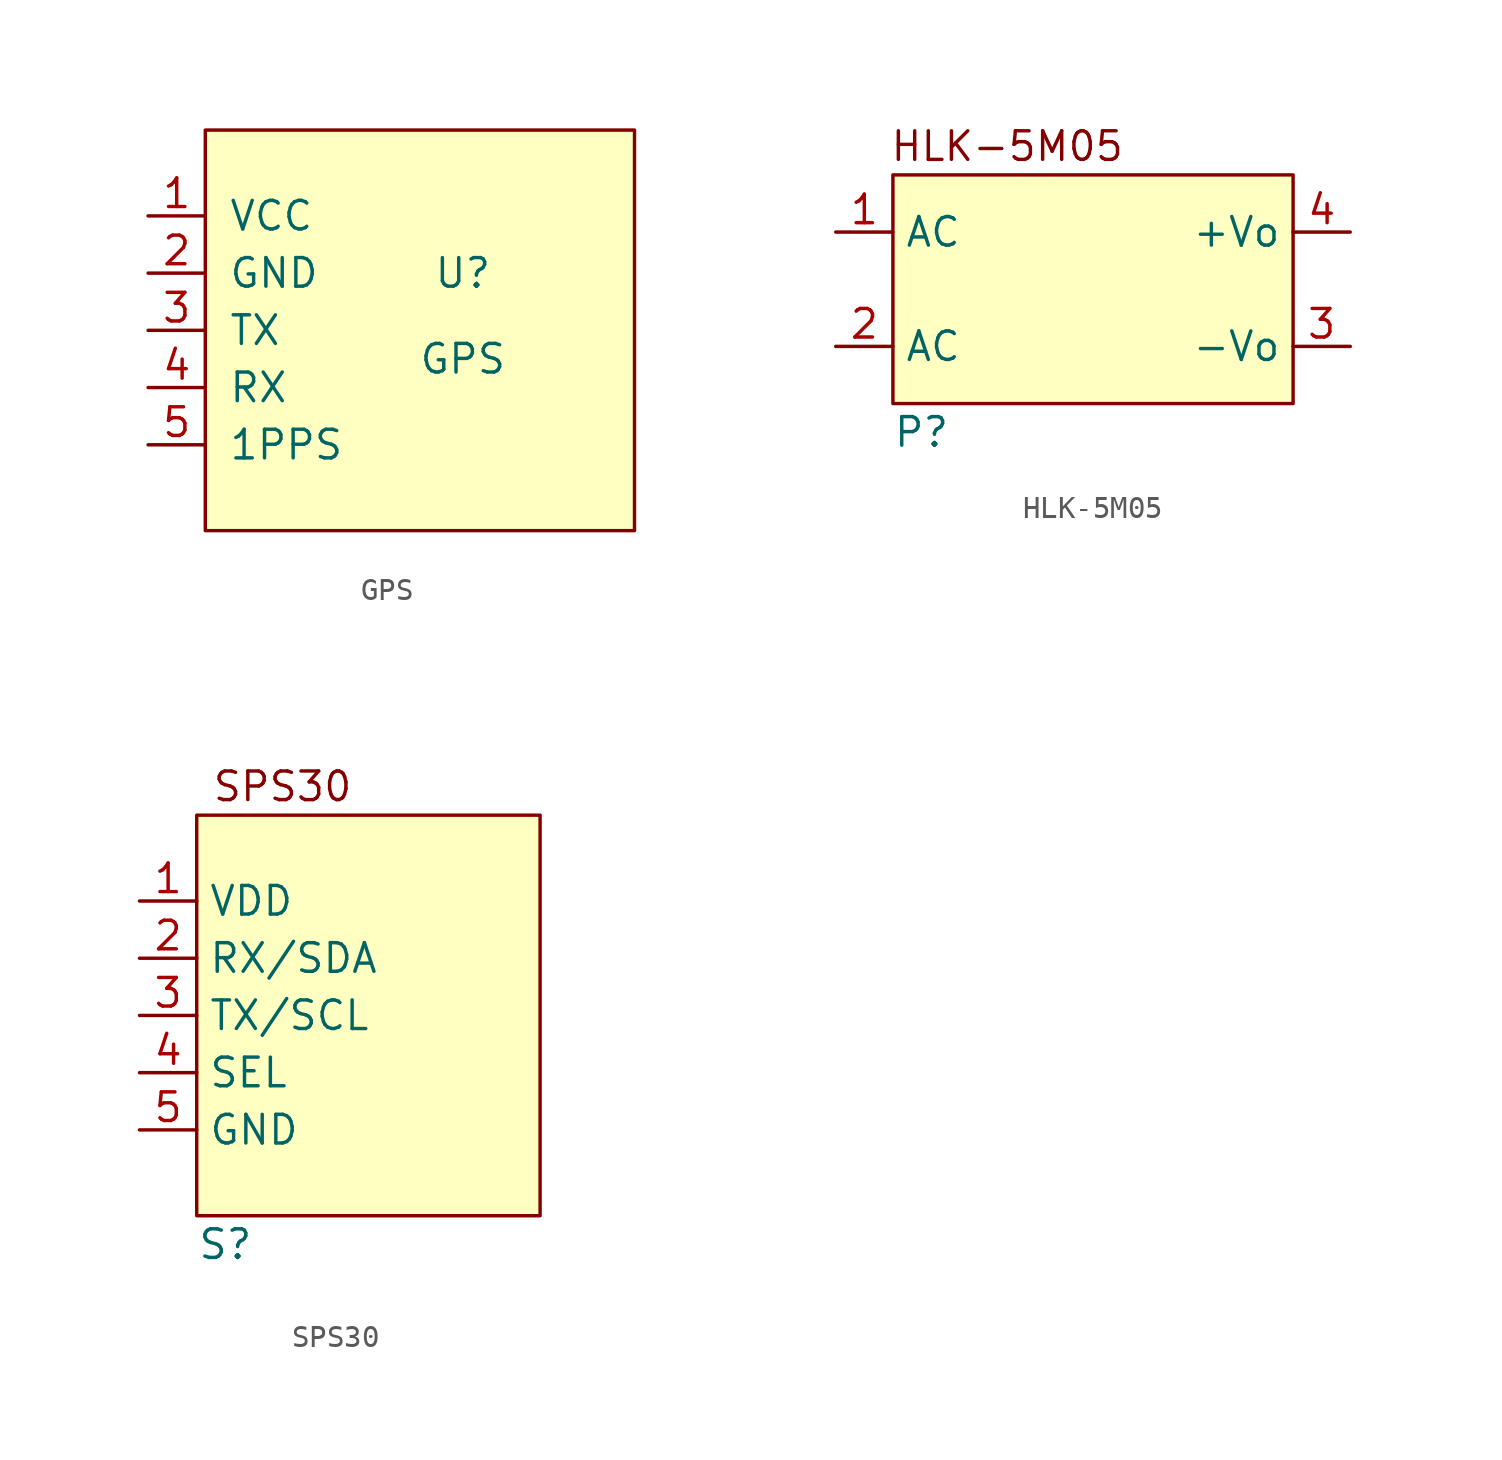
<source format=kicad_sym>
(kicad_symbol_lib
  (version 20220914)
  (generator kicad_symbol_editor)
  (symbol "GPS"
    (pin_names
      (offset 1.016))
    (property "Reference" "U"
      (at 0 2.54 0)
      (effects (font (size 1.27 1.27))))
    (property "Value" "GPS"
      (at 0 -1.27 0)
      (effects (font (size 1.27 1.27))))
    (symbol "GPS_0_1"
      (rectangle (start -11.43 8.89) (end 7.62 -8.89) (stroke (width 0) (type solid)) (fill (type background))))
    (symbol "GPS_1_1"
      (pin input line (at -13.97 5.08 0) (length 2.54) (name "VCC" (effects (font (size 1.27 1.27)))) (number "1" (effects (font (size 1.27 1.27)))))
      (pin input line (at -13.97 2.54 0) (length 2.54) (name "GND" (effects (font (size 1.27 1.27)))) (number "2" (effects (font (size 1.27 1.27)))))
      (pin output line (at -13.97 0 0) (length 2.54) (name "TX" (effects (font (size 1.27 1.27)))) (number "3" (effects (font (size 1.27 1.27)))))
      (pin input line (at -13.97 -2.54 0) (length 2.54) (name "RX" (effects (font (size 1.27 1.27)))) (number "4" (effects (font (size 1.27 1.27)))))
      (pin input line (at -13.97 -5.08 0) (length 2.54) (name "1PPS" (effects (font (size 1.27 1.27)))) (number "5" (effects (font (size 1.27 1.27)))))))
  (symbol "HLK-5M05"
    (property "Reference" "P"
      (at -7.62 -6.35 0)
      (effects (font (size 1.27 1.27))))
    (property "Value" ""
      (at 0 0 0)
      (effects (font (size 1.27 1.27))))
    (symbol "HLK-5M05_1_1"
      (rectangle (start -8.89 5.08) (end 8.89 -5.08) (stroke (width 0) (type default)) (fill (type background)))
      (text "HLK-5M05" (at -3.81 6.35 0) (effects (font (size 1.27 1.27))))
      (pin power_in line (at -11.43 2.54 0) (length 2.54) (name "AC" (effects (font (size 1.27 1.27)))) (number "1" (effects (font (size 1.27 1.27)))))
      (pin power_in line (at -11.43 -2.54 0) (length 2.54) (name "AC" (effects (font (size 1.27 1.27)))) (number "2" (effects (font (size 1.27 1.27)))))
      (pin power_out line (at 11.43 -2.54 180) (length 2.54) (name "-Vo" (effects (font (size 1.27 1.27)))) (number "3" (effects (font (size 1.27 1.27)))))
      (pin power_out line (at 11.43 2.54 180) (length 2.54) (name "+Vo" (effects (font (size 1.27 1.27)))) (number "4" (effects (font (size 1.27 1.27)))))))
  (symbol "SPS30"
    (property "Reference" "S"
      (at -6.35 -10.16 0)
      (effects (font (size 1.27 1.27))))
    (property "Value" ""
      (at 0 0 0)
      (effects (font (size 1.27 1.27))))
    (symbol "SPS30_1_1"
      (rectangle (start -7.62 8.89) (end 7.62 -8.89) (stroke (width 0) (type default)) (fill (type background)))
      (text "SPS30" (at -3.81 10.16 0) (effects (font (size 1.27 1.27))))
      (pin power_in line (at -10.16 5.08 0) (length 2.54) (name "VDD" (effects (font (size 1.27 1.27)))) (number "1" (effects (font (size 1.27 1.27)))))
      (pin bidirectional line (at -10.16 2.54 0) (length 2.54) (name "RX/SDA" (effects (font (size 1.27 1.27)))) (number "2" (effects (font (size 1.27 1.27)))))
      (pin bidirectional line (at -10.16 0 0) (length 2.54) (name "TX/SCL" (effects (font (size 1.27 1.27)))) (number "3" (effects (font (size 1.27 1.27)))))
      (pin bidirectional line (at -10.16 -2.54 0) (length 2.54) (name "SEL" (effects (font (size 1.27 1.27)))) (number "4" (effects (font (size 1.27 1.27)))))
      (pin power_in line (at -10.16 -5.08 0) (length 2.54) (name "GND" (effects (font (size 1.27 1.27)))) (number "5" (effects (font (size 1.27 1.27))))))))
</source>
